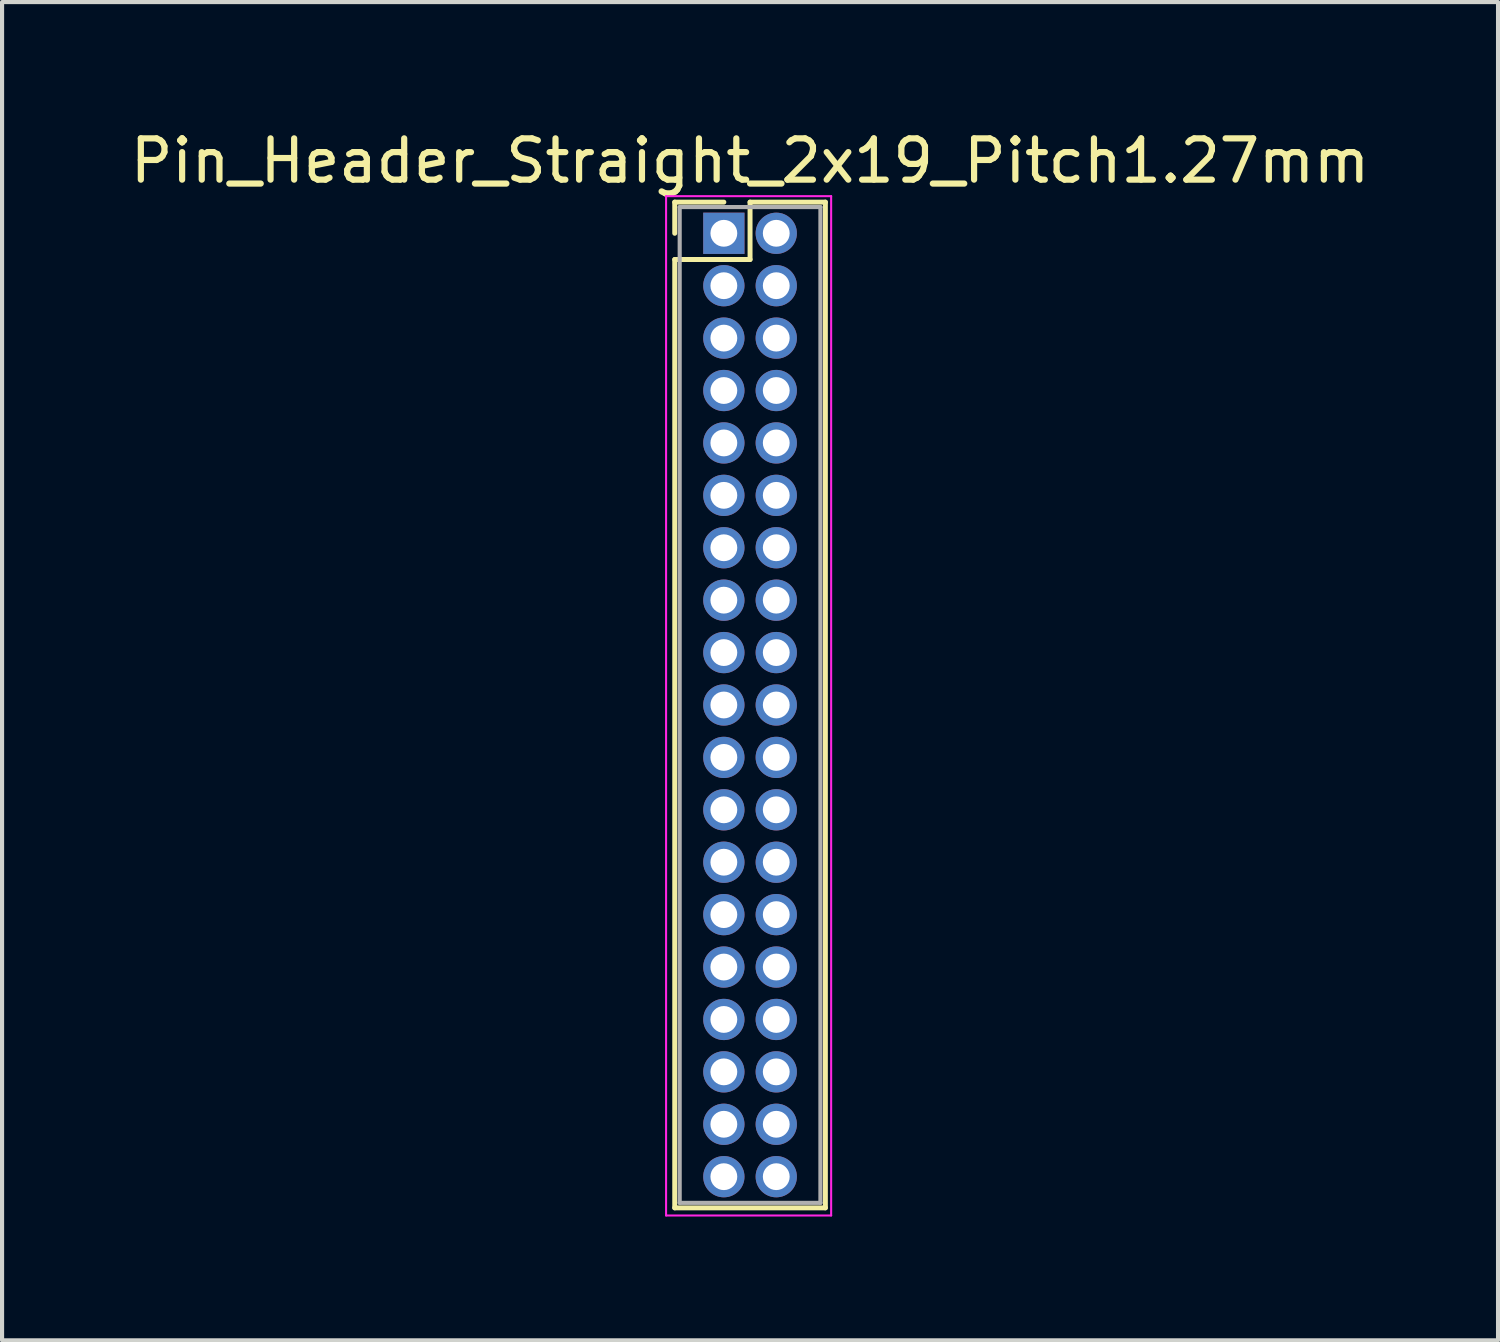
<source format=kicad_pcb>
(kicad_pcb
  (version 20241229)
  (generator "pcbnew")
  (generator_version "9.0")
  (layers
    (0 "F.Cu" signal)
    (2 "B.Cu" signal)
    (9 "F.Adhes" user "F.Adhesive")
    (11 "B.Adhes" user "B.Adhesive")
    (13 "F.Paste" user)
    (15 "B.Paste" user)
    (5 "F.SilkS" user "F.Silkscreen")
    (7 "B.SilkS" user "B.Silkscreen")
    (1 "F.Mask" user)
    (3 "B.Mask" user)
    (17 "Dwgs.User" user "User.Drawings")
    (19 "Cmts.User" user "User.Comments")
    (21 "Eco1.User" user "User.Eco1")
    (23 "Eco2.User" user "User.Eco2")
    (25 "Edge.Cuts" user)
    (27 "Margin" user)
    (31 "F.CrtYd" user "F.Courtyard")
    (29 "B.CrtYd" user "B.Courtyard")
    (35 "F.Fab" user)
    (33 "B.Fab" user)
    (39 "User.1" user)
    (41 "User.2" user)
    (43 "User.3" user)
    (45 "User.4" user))
  (footprint "Pin_Header_Straight_2x19_Pitch1.27mm"
    (layer "F.Cu")
    (at 14.49 2.603)
    (property "Reference" "Pin_Header_Straight_2x19_Pitch1.27mm" (at 0.635 -1.755 0) (layer "F.SilkS") (effects (font (size 1 1) (thickness 0.15))))
    (attr through_hole)
    (fp_line (start -1.19 -0.755) (end 0 -0.755) (stroke (width 0.12) (type solid)) (layer "F.SilkS"))
    (fp_line (start -1.19 0) (end -1.19 -0.755) (stroke (width 0.12) (type solid)) (layer "F.SilkS"))
    (fp_line (start -1.19 0.635) (end -1.19 23.615) (stroke (width 0.12) (type solid)) (layer "F.SilkS"))
    (fp_line (start -1.19 23.615) (end 2.46 23.615) (stroke (width 0.12) (type solid)) (layer "F.SilkS"))
    (fp_line (start 0.635 -0.755) (end 0.635 0.635) (stroke (width 0.12) (type solid)) (layer "F.SilkS"))
    (fp_line (start 0.635 0.635) (end -1.19 0.635) (stroke (width 0.12) (type solid)) (layer "F.SilkS"))
    (fp_line (start 2.46 -0.755) (end 0.635 -0.755) (stroke (width 0.12) (type solid)) (layer "F.SilkS"))
    (fp_line (start 2.46 23.615) (end 2.46 -0.755) (stroke (width 0.12) (type solid)) (layer "F.SilkS"))
    (fp_line (start -1.4 -0.9) (end -1.4 23.8) (stroke (width 0.05) (type solid)) (layer "F.CrtYd"))
    (fp_line (start -1.4 23.8) (end 2.6 23.8) (stroke (width 0.05) (type solid)) (layer "F.CrtYd"))
    (fp_line (start 2.6 -0.9) (end -1.4 -0.9) (stroke (width 0.05) (type solid)) (layer "F.CrtYd"))
    (fp_line (start 2.6 23.8) (end 2.6 -0.9) (stroke (width 0.05) (type solid)) (layer "F.CrtYd"))
    (fp_line (start -1.07 -0.635) (end -1.07 23.495) (stroke (width 0.1) (type solid)) (layer "F.Fab"))
    (fp_line (start -1.07 23.495) (end 2.34 23.495) (stroke (width 0.1) (type solid)) (layer "F.Fab"))
    (fp_line (start 2.34 -0.635) (end -1.07 -0.635) (stroke (width 0.1) (type solid)) (layer "F.Fab"))
    (fp_line (start 2.34 23.495) (end 2.34 -0.635) (stroke (width 0.1) (type solid)) (layer "F.Fab"))
    (pad "1" thru_hole rect (at 0 0) (size 1 1) (drill 0.65) (layers "*.Cu" "*.Mask"))
    (pad "2" thru_hole oval (at 1.27 0) (size 1 1) (drill 0.65) (layers "*.Cu" "*.Mask"))
    (pad "3" thru_hole oval (at 0 1.27) (size 1 1) (drill 0.65) (layers "*.Cu" "*.Mask"))
    (pad "4" thru_hole oval (at 1.27 1.27) (size 1 1) (drill 0.65) (layers "*.Cu" "*.Mask"))
    (pad "5" thru_hole oval (at 0 2.54) (size 1 1) (drill 0.65) (layers "*.Cu" "*.Mask"))
    (pad "6" thru_hole oval (at 1.27 2.54) (size 1 1) (drill 0.65) (layers "*.Cu" "*.Mask"))
    (pad "7" thru_hole oval (at 0 3.81) (size 1 1) (drill 0.65) (layers "*.Cu" "*.Mask"))
    (pad "8" thru_hole oval (at 1.27 3.81) (size 1 1) (drill 0.65) (layers "*.Cu" "*.Mask"))
    (pad "9" thru_hole oval (at 0 5.08) (size 1 1) (drill 0.65) (layers "*.Cu" "*.Mask"))
    (pad "10" thru_hole oval (at 1.27 5.08) (size 1 1) (drill 0.65) (layers "*.Cu" "*.Mask"))
    (pad "11" thru_hole oval (at 0 6.35) (size 1 1) (drill 0.65) (layers "*.Cu" "*.Mask"))
    (pad "12" thru_hole oval (at 1.27 6.35) (size 1 1) (drill 0.65) (layers "*.Cu" "*.Mask"))
    (pad "13" thru_hole oval (at 0 7.62) (size 1 1) (drill 0.65) (layers "*.Cu" "*.Mask"))
    (pad "14" thru_hole oval (at 1.27 7.62) (size 1 1) (drill 0.65) (layers "*.Cu" "*.Mask"))
    (pad "15" thru_hole oval (at 0 8.89) (size 1 1) (drill 0.65) (layers "*.Cu" "*.Mask"))
    (pad "16" thru_hole oval (at 1.27 8.89) (size 1 1) (drill 0.65) (layers "*.Cu" "*.Mask"))
    (pad "17" thru_hole oval (at 0 10.16) (size 1 1) (drill 0.65) (layers "*.Cu" "*.Mask"))
    (pad "18" thru_hole oval (at 1.27 10.16) (size 1 1) (drill 0.65) (layers "*.Cu" "*.Mask"))
    (pad "19" thru_hole oval (at 0 11.43) (size 1 1) (drill 0.65) (layers "*.Cu" "*.Mask"))
    (pad "20" thru_hole oval (at 1.27 11.43) (size 1 1) (drill 0.65) (layers "*.Cu" "*.Mask"))
    (pad "21" thru_hole oval (at 0 12.7) (size 1 1) (drill 0.65) (layers "*.Cu" "*.Mask"))
    (pad "22" thru_hole oval (at 1.27 12.7) (size 1 1) (drill 0.65) (layers "*.Cu" "*.Mask"))
    (pad "23" thru_hole oval (at 0 13.97) (size 1 1) (drill 0.65) (layers "*.Cu" "*.Mask"))
    (pad "24" thru_hole oval (at 1.27 13.97) (size 1 1) (drill 0.65) (layers "*.Cu" "*.Mask"))
    (pad "25" thru_hole oval (at 0 15.24) (size 1 1) (drill 0.65) (layers "*.Cu" "*.Mask"))
    (pad "26" thru_hole oval (at 1.27 15.24) (size 1 1) (drill 0.65) (layers "*.Cu" "*.Mask"))
    (pad "27" thru_hole oval (at 0 16.51) (size 1 1) (drill 0.65) (layers "*.Cu" "*.Mask"))
    (pad "28" thru_hole oval (at 1.27 16.51) (size 1 1) (drill 0.65) (layers "*.Cu" "*.Mask"))
    (pad "29" thru_hole oval (at 0 17.78) (size 1 1) (drill 0.65) (layers "*.Cu" "*.Mask"))
    (pad "30" thru_hole oval (at 1.27 17.78) (size 1 1) (drill 0.65) (layers "*.Cu" "*.Mask"))
    (pad "31" thru_hole oval (at 0 19.05) (size 1 1) (drill 0.65) (layers "*.Cu" "*.Mask"))
    (pad "32" thru_hole oval (at 1.27 19.05) (size 1 1) (drill 0.65) (layers "*.Cu" "*.Mask"))
    (pad "33" thru_hole oval (at 0 20.32) (size 1 1) (drill 0.65) (layers "*.Cu" "*.Mask"))
    (pad "34" thru_hole oval (at 1.27 20.32) (size 1 1) (drill 0.65) (layers "*.Cu" "*.Mask"))
    (pad "35" thru_hole oval (at 0 21.59) (size 1 1) (drill 0.65) (layers "*.Cu" "*.Mask"))
    (pad "36" thru_hole oval (at 1.27 21.59) (size 1 1) (drill 0.65) (layers "*.Cu" "*.Mask"))
    (pad "37" thru_hole oval (at 0 22.86) (size 1 1) (drill 0.65) (layers "*.Cu" "*.Mask"))
    (pad "38" thru_hole oval (at 1.27 22.86) (size 1 1) (drill 0.65) (layers "*.Cu" "*.Mask")))
  (gr_rect
    (start -3 -3)
    (end 33.25 29.428)
    (stroke (width 0.1) (type default))
    (fill no)
    (layer "Edge.Cuts")))
</source>
